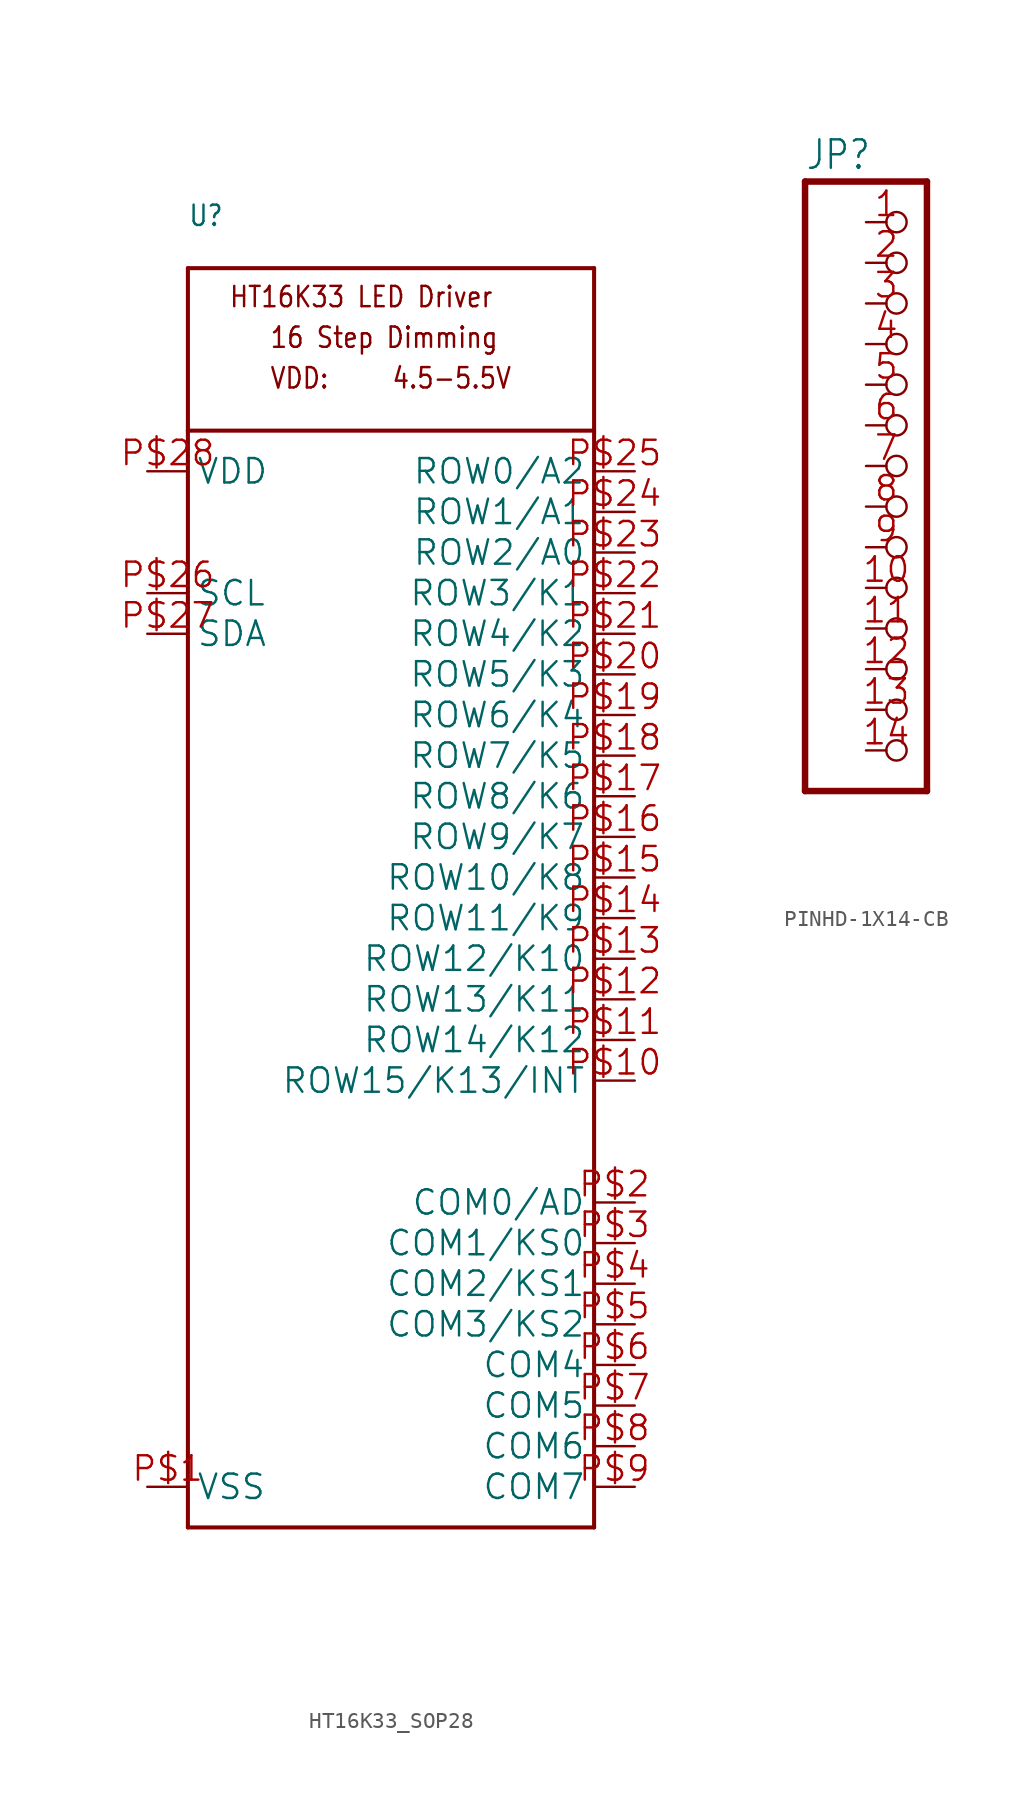
<source format=kicad_sym>
(kicad_symbol_lib
  (version 20241209)
  (generator "kicad_symbol_editor")
  (generator_version "9.0")
  (symbol "HT16K33_SOP28"
    (property "Reference" "U"
      (at -12.7 40.64 0)
      (effects (font (size 1.27 1.079)) (justify left bottom)))
    (property "Value" ""
      (at -12.7 -43.18 0)
      (effects (font (size 1.27 1.079)) (justify left bottom)))
    (property "ki_locked" ""
      (at 0 0 0)
      (effects (font (size 1.27 1.27))))
    (symbol "HT16K33_SOP28_1_0"
      (polyline (pts (xy -12.7 38.1) (xy 12.7 38.1)) (stroke (width 0.254) (type solid)) (fill (type none)))
      (polyline (pts (xy -12.7 27.94) (xy -12.7 38.1)) (stroke (width 0.254) (type solid)) (fill (type none)))
      (polyline (pts (xy -12.7 27.94) (xy 12.7 27.94)) (stroke (width 0.254) (type solid)) (fill (type none)))
      (polyline (pts (xy -12.7 -40.64) (xy -12.7 27.94)) (stroke (width 0.254) (type solid)) (fill (type none)))
      (polyline (pts (xy 12.7 38.1) (xy 12.7 -40.64)) (stroke (width 0.254) (type solid)) (fill (type none)))
      (polyline (pts (xy 12.7 -40.64) (xy -12.7 -40.64)) (stroke (width 0.254) (type solid)) (fill (type none)))
      (text "HT16K33 LED Driver" (at -10.16 35.56 0) (effects (font (size 1.27 1.079)) (justify left bottom)))
      (text "16 Step Dimming" (at -7.62 33.02 0) (effects (font (size 1.27 1.079)) (justify left bottom)))
      (text "VDD:" (at -7.62 30.48 0) (effects (font (size 1.27 1.079)) (justify left bottom)))
      (text "4.5-5.5V" (at 0 30.48 0) (effects (font (size 1.27 1.079)) (justify left bottom)))
      (pin bidirectional line (at -15.24 25.4 0) (length 2.54) (name "VDD" (effects (font (size 1.524 1.524)))) (number "P$28" (effects (font (size 1.524 1.524)))))
      (pin bidirectional line (at -15.24 17.78 0) (length 2.54) (name "SCL" (effects (font (size 1.524 1.524)))) (number "P$26" (effects (font (size 1.524 1.524)))))
      (pin bidirectional line (at -15.24 15.24 0) (length 2.54) (name "SDA" (effects (font (size 1.524 1.524)))) (number "P$27" (effects (font (size 1.524 1.524)))))
      (pin bidirectional line (at -15.24 -38.1 0) (length 2.54) (name "VSS" (effects (font (size 1.524 1.524)))) (number "P$1" (effects (font (size 1.524 1.524)))))
      (pin bidirectional line (at 15.24 25.4 180) (length 2.54) (name "ROW0/A2" (effects (font (size 1.524 1.524)))) (number "P$25" (effects (font (size 1.524 1.524)))))
      (pin bidirectional line (at 15.24 22.86 180) (length 2.54) (name "ROW1/A1" (effects (font (size 1.524 1.524)))) (number "P$24" (effects (font (size 1.524 1.524)))))
      (pin bidirectional line (at 15.24 20.32 180) (length 2.54) (name "ROW2/A0" (effects (font (size 1.524 1.524)))) (number "P$23" (effects (font (size 1.524 1.524)))))
      (pin bidirectional line (at 15.24 17.78 180) (length 2.54) (name "ROW3/K1" (effects (font (size 1.524 1.524)))) (number "P$22" (effects (font (size 1.524 1.524)))))
      (pin bidirectional line (at 15.24 15.24 180) (length 2.54) (name "ROW4/K2" (effects (font (size 1.524 1.524)))) (number "P$21" (effects (font (size 1.524 1.524)))))
      (pin bidirectional line (at 15.24 12.7 180) (length 2.54) (name "ROW5/K3" (effects (font (size 1.524 1.524)))) (number "P$20" (effects (font (size 1.524 1.524)))))
      (pin bidirectional line (at 15.24 10.16 180) (length 2.54) (name "ROW6/K4" (effects (font (size 1.524 1.524)))) (number "P$19" (effects (font (size 1.524 1.524)))))
      (pin bidirectional line (at 15.24 7.62 180) (length 2.54) (name "ROW7/K5" (effects (font (size 1.524 1.524)))) (number "P$18" (effects (font (size 1.524 1.524)))))
      (pin bidirectional line (at 15.24 5.08 180) (length 2.54) (name "ROW8/K6" (effects (font (size 1.524 1.524)))) (number "P$17" (effects (font (size 1.524 1.524)))))
      (pin bidirectional line (at 15.24 2.54 180) (length 2.54) (name "ROW9/K7" (effects (font (size 1.524 1.524)))) (number "P$16" (effects (font (size 1.524 1.524)))))
      (pin bidirectional line (at 15.24 0 180) (length 2.54) (name "ROW10/K8" (effects (font (size 1.524 1.524)))) (number "P$15" (effects (font (size 1.524 1.524)))))
      (pin bidirectional line (at 15.24 -2.54 180) (length 2.54) (name "ROW11/K9" (effects (font (size 1.524 1.524)))) (number "P$14" (effects (font (size 1.524 1.524)))))
      (pin bidirectional line (at 15.24 -5.08 180) (length 2.54) (name "ROW12/K10" (effects (font (size 1.524 1.524)))) (number "P$13" (effects (font (size 1.524 1.524)))))
      (pin bidirectional line (at 15.24 -7.62 180) (length 2.54) (name "ROW13/K11" (effects (font (size 1.524 1.524)))) (number "P$12" (effects (font (size 1.524 1.524)))))
      (pin bidirectional line (at 15.24 -10.16 180) (length 2.54) (name "ROW14/K12" (effects (font (size 1.524 1.524)))) (number "P$11" (effects (font (size 1.524 1.524)))))
      (pin bidirectional line (at 15.24 -12.7 180) (length 2.54) (name "ROW15/K13/INT" (effects (font (size 1.524 1.524)))) (number "P$10" (effects (font (size 1.524 1.524)))))
      (pin bidirectional line (at 15.24 -20.32 180) (length 2.54) (name "COM0/AD" (effects (font (size 1.524 1.524)))) (number "P$2" (effects (font (size 1.524 1.524)))))
      (pin bidirectional line (at 15.24 -22.86 180) (length 2.54) (name "COM1/KS0" (effects (font (size 1.524 1.524)))) (number "P$3" (effects (font (size 1.524 1.524)))))
      (pin bidirectional line (at 15.24 -25.4 180) (length 2.54) (name "COM2/KS1" (effects (font (size 1.524 1.524)))) (number "P$4" (effects (font (size 1.524 1.524)))))
      (pin bidirectional line (at 15.24 -27.94 180) (length 2.54) (name "COM3/KS2" (effects (font (size 1.524 1.524)))) (number "P$5" (effects (font (size 1.524 1.524)))))
      (pin bidirectional line (at 15.24 -30.48 180) (length 2.54) (name "COM4" (effects (font (size 1.524 1.524)))) (number "P$6" (effects (font (size 1.524 1.524)))))
      (pin bidirectional line (at 15.24 -33.02 180) (length 2.54) (name "COM5" (effects (font (size 1.524 1.524)))) (number "P$7" (effects (font (size 1.524 1.524)))))
      (pin bidirectional line (at 15.24 -35.56 180) (length 2.54) (name "COM6" (effects (font (size 1.524 1.524)))) (number "P$8" (effects (font (size 1.524 1.524)))))
      (pin bidirectional line (at 15.24 -38.1 180) (length 2.54) (name "COM7" (effects (font (size 1.524 1.524)))) (number "P$9" (effects (font (size 1.524 1.524)))))))
  (symbol "PINHD-1X14-CB"
    (property "Reference" "JP"
      (at -6.35 18.415 0)
      (effects (font (size 1.778 1.511)) (justify left bottom)))
    (property "Value" ""
      (at -6.35 -22.86 0)
      (effects (font (size 1.778 1.511)) (justify left bottom)))
    (property "ki_locked" ""
      (at 0 0 0)
      (effects (font (size 1.27 1.27))))
    (symbol "PINHD-1X14-CB_1_0"
      (polyline (pts (xy -6.35 17.78) (xy -6.35 -20.32)) (stroke (width 0.406) (type solid)) (fill (type none)))
      (polyline (pts (xy -6.35 -20.32) (xy 1.27 -20.32)) (stroke (width 0.406) (type solid)) (fill (type none)))
      (polyline (pts (xy 1.27 17.78) (xy -6.35 17.78)) (stroke (width 0.406) (type solid)) (fill (type none)))
      (polyline (pts (xy 1.27 -20.32) (xy 1.27 17.78)) (stroke (width 0.406) (type solid)) (fill (type none)))
      (pin passive inverted (at -2.54 15.24 0) (length 2.54) (name "1" (effects (font (size 0 0)))) (number "1" (effects (font (size 1.524 1.524)))))
      (pin passive inverted (at -2.54 12.7 0) (length 2.54) (name "2" (effects (font (size 0 0)))) (number "2" (effects (font (size 1.524 1.524)))))
      (pin passive inverted (at -2.54 10.16 0) (length 2.54) (name "3" (effects (font (size 0 0)))) (number "3" (effects (font (size 1.524 1.524)))))
      (pin passive inverted (at -2.54 7.62 0) (length 2.54) (name "4" (effects (font (size 0 0)))) (number "4" (effects (font (size 1.524 1.524)))))
      (pin passive inverted (at -2.54 5.08 0) (length 2.54) (name "5" (effects (font (size 0 0)))) (number "5" (effects (font (size 1.524 1.524)))))
      (pin passive inverted (at -2.54 2.54 0) (length 2.54) (name "6" (effects (font (size 0 0)))) (number "6" (effects (font (size 1.524 1.524)))))
      (pin passive inverted (at -2.54 0 0) (length 2.54) (name "7" (effects (font (size 0 0)))) (number "7" (effects (font (size 1.524 1.524)))))
      (pin passive inverted (at -2.54 -2.54 0) (length 2.54) (name "8" (effects (font (size 0 0)))) (number "8" (effects (font (size 1.524 1.524)))))
      (pin passive inverted (at -2.54 -5.08 0) (length 2.54) (name "9" (effects (font (size 0 0)))) (number "9" (effects (font (size 1.524 1.524)))))
      (pin passive inverted (at -2.54 -7.62 0) (length 2.54) (name "10" (effects (font (size 0 0)))) (number "10" (effects (font (size 1.524 1.524)))))
      (pin passive inverted (at -2.54 -10.16 0) (length 2.54) (name "11" (effects (font (size 0 0)))) (number "11" (effects (font (size 1.524 1.524)))))
      (pin passive inverted (at -2.54 -12.7 0) (length 2.54) (name "12" (effects (font (size 0 0)))) (number "12" (effects (font (size 1.524 1.524)))))
      (pin passive inverted (at -2.54 -15.24 0) (length 2.54) (name "13" (effects (font (size 0 0)))) (number "13" (effects (font (size 1.524 1.524)))))
      (pin passive inverted (at -2.54 -17.78 0) (length 2.54) (name "14" (effects (font (size 0 0)))) (number "14" (effects (font (size 1.524 1.524))))))))
</source>
